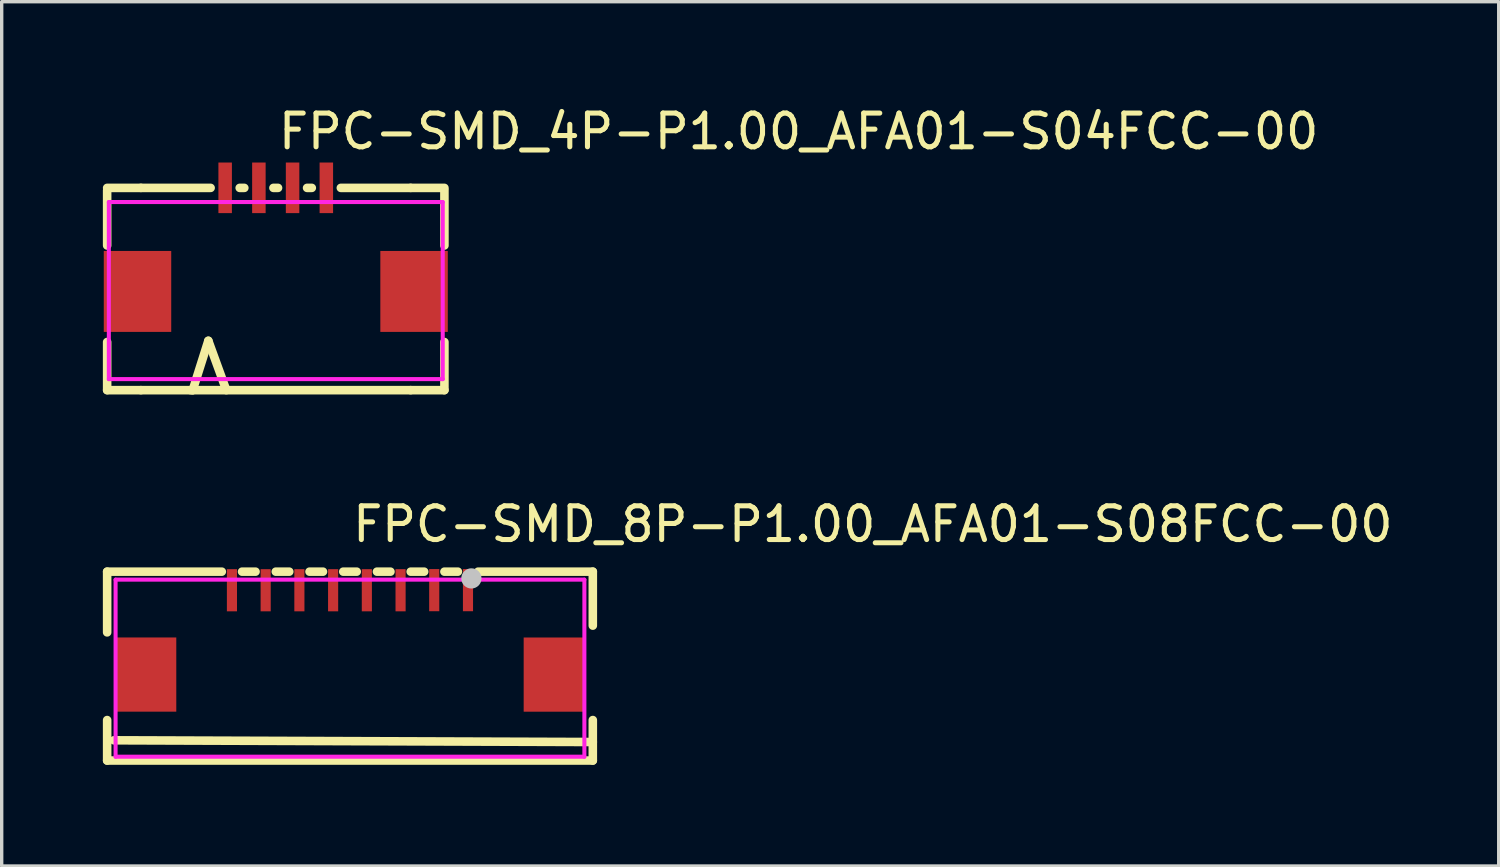
<source format=kicad_pcb>
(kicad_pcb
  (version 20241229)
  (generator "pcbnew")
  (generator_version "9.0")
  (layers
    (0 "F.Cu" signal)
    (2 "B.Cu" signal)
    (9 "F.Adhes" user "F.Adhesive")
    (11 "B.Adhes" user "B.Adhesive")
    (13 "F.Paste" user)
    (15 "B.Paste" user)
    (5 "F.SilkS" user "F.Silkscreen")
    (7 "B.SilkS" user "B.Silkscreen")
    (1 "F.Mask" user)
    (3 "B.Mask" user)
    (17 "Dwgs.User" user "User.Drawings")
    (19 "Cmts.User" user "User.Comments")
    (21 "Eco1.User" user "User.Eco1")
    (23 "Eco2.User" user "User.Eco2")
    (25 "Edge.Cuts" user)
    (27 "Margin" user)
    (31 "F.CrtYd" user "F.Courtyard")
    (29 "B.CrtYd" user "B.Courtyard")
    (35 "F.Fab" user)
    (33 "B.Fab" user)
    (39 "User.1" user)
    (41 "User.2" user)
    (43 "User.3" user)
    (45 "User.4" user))
  (footprint "FPC-SMD_4P-P1.00_AFA01-S04FCC-00"
    (layer "F.Cu")
    (at 5.127 4.055)
    (property "Reference" "FPC-SMD_4P-P1.00_AFA01-S04FCC-00" (at 0 -3.207 0) (layer "F.SilkS") (effects (font (size 1 1) (thickness 0.15)) (justify left)))
    (attr through_hole)
    (fp_line (start -5 -1.464) (end -5 0.174) (stroke (width 0.254) (type solid)) (layer "F.SilkS"))
    (fp_line (start -5 3.036) (end -5 4.463) (stroke (width 0.254) (type solid)) (layer "F.SilkS"))
    (fp_line (start -3.999 -1.534) (end -5 -1.534) (stroke (width 0.254) (type solid)) (layer "F.SilkS"))
    (fp_line (start -3.999 4.463) (end -5 4.463) (stroke (width 0.254) (type solid)) (layer "F.SilkS"))
    (fp_line (start -3.999 4.463) (end 3.999 4.463) (stroke (width 0.254) (type solid)) (layer "F.SilkS"))
    (fp_line (start -2.528 4.463) (end -2.463 4.463) (stroke (width 0.254) (type solid)) (layer "F.SilkS"))
    (fp_line (start -2.463 4.463) (end -2 3) (stroke (width 0.254) (type solid)) (layer "F.SilkS"))
    (fp_line (start -2 3) (end -1.467 4.463) (stroke (width 0.254) (type solid)) (layer "F.SilkS"))
    (fp_line (start -1.932 -1.534) (end -3.999 -1.534) (stroke (width 0.254) (type solid)) (layer "F.SilkS"))
    (fp_line (start -0.933 -1.534) (end -1.07 -1.534) (stroke (width 0.254) (type solid)) (layer "F.SilkS"))
    (fp_line (start 0.067 -1.534) (end -0.07 -1.534) (stroke (width 0.254) (type solid)) (layer "F.SilkS"))
    (fp_line (start 1.068 -1.534) (end 0.928 -1.534) (stroke (width 0.254) (type solid)) (layer "F.SilkS"))
    (fp_line (start 3.999 -1.534) (end 1.929 -1.534) (stroke (width 0.254) (type solid)) (layer "F.SilkS"))
    (fp_line (start 3.999 -1.534) (end 5 -1.534) (stroke (width 0.254) (type solid)) (layer "F.SilkS"))
    (fp_line (start 3.999 4.463) (end 5 4.463) (stroke (width 0.254) (type solid)) (layer "F.SilkS"))
    (fp_line (start 5 -1.464) (end 5 0.174) (stroke (width 0.254) (type solid)) (layer "F.SilkS"))
    (fp_line (start 5 3.036) (end 5 4.463) (stroke (width 0.254) (type solid)) (layer "F.SilkS"))
    (fp_circle (center -4.95 -1.814) (end -4.92 -1.814) (stroke (width 0.06) (type solid)) (fill no) (layer "Eco2.User"))
    (fp_poly (pts (xy -4.95 0.536) (xy -3.15 0.536) (xy -3.15 2.536) (xy -4.95 2.536)) (stroke (width 0.12) (type solid)) (fill no) (layer "Eco2.User"))
    (fp_poly (pts (xy -1.601 -1.064) (xy -1.601 -1.814) (xy -1.401 -1.814) (xy -1.401 -1.064)) (stroke (width 0.12) (type solid)) (fill no) (layer "Eco2.User"))
    (fp_poly (pts (xy -0.601 -1.064) (xy -0.601 -1.814) (xy -0.401 -1.814) (xy -0.401 -1.064)) (stroke (width 0.12) (type solid)) (fill no) (layer "Eco2.User"))
    (fp_poly (pts (xy 0.398 -1.064) (xy 0.398 -1.814) (xy 0.598 -1.814) (xy 0.598 -1.064)) (stroke (width 0.12) (type solid)) (fill no) (layer "Eco2.User"))
    (fp_poly (pts (xy 1.399 -1.064) (xy 1.399 -1.814) (xy 1.599 -1.814) (xy 1.599 -1.064)) (stroke (width 0.12) (type solid)) (fill no) (layer "Eco2.User"))
    (fp_poly (pts (xy 4.95 2.536) (xy 3.15 2.536) (xy 3.15 0.536) (xy 4.95 0.536)) (stroke (width 0.12) (type solid)) (fill no) (layer "Eco2.User"))
    (fp_line (start -4.95 -1.114) (end 4.95 -1.114) (stroke (width 0.12) (type solid)) (layer "F.CrtYd"))
    (fp_line (start -4.95 4.136) (end -4.95 -1.114) (stroke (width 0.12) (type solid)) (layer "F.CrtYd"))
    (fp_line (start 4.95 -1.114) (end 4.95 4.136) (stroke (width 0.12) (type solid)) (layer "F.CrtYd"))
    (fp_line (start 4.95 4.136) (end -4.95 4.136) (stroke (width 0.12) (type solid)) (layer "F.CrtYd"))
    (pad "1" smd rect (at -1.501 -1.536) (size 0.4 1.5) (layers "F.Cu" "F.Mask" "F.Paste"))
    (pad "2" smd rect (at -0.501 -1.536) (size 0.4 1.5) (layers "F.Cu" "F.Mask" "F.Paste"))
    (pad "3" smd rect (at 0.498 -1.536) (size 0.4 1.5) (layers "F.Cu" "F.Mask" "F.Paste"))
    (pad "4" smd rect (at 1.499 -1.536) (size 0.4 1.5) (layers "F.Cu" "F.Mask" "F.Paste"))
    (pad "5" smd rect (at -4.1 1.536) (size 2 2.4) (layers "F.Cu" "F.Mask" "F.Paste"))
    (pad "6" smd rect (at 4.1 1.536) (size 2 2.4) (layers "F.Cu" "F.Mask" "F.Paste")))
  (footprint "FPC-SMD_8P-P1.00_AFA01-S08FCC-00"
    (layer "F.Cu")
    (at 7.327 15.7)
    (property "Reference" "FPC-SMD_8P-P1.00_AFA01-S08FCC-00" (at 0 -3.207 0) (layer "F.SilkS") (effects (font (size 1 1) (thickness 0.15)) (justify left)))
    (attr through_hole)
    (fp_line (start -7.2 -1.8) (end -7.2 0) (stroke (width 0.254) (type solid)) (layer "F.SilkS"))
    (fp_line (start -7.2 3.8) (end -7.2 2.6) (stroke (width 0.254) (type solid)) (layer "F.SilkS"))
    (fp_line (start -7 3.2) (end 7.2 3.251) (stroke (width 0.254) (type solid)) (layer "F.SilkS"))
    (fp_line (start -3.8 -1.8) (end -7.2 -1.8) (stroke (width 0.254) (type solid)) (layer "F.SilkS"))
    (fp_line (start -3.2 -1.8) (end -2.8 -1.8) (stroke (width 0.254) (type solid)) (layer "F.SilkS"))
    (fp_line (start -2.2 -1.8) (end -1.8 -1.8) (stroke (width 0.254) (type solid)) (layer "F.SilkS"))
    (fp_line (start -1.2 -1.8) (end -0.8 -1.8) (stroke (width 0.254) (type solid)) (layer "F.SilkS"))
    (fp_line (start -0.2 -1.8) (end 0.2 -1.8) (stroke (width 0.254) (type solid)) (layer "F.SilkS"))
    (fp_line (start 0.8 -1.8) (end 1.2 -1.8) (stroke (width 0.254) (type solid)) (layer "F.SilkS"))
    (fp_line (start 1.8 -1.8) (end 2.2 -1.8) (stroke (width 0.254) (type solid)) (layer "F.SilkS"))
    (fp_line (start 2.8 -1.8) (end 3.2 -1.8) (stroke (width 0.254) (type solid)) (layer "F.SilkS"))
    (fp_line (start 3.8 -1.8) (end 7.2 -1.8) (stroke (width 0.254) (type solid)) (layer "F.SilkS"))
    (fp_line (start 7.2 -1.8) (end 7.2 -0.2) (stroke (width 0.254) (type solid)) (layer "F.SilkS"))
    (fp_line (start 7.2 2.6) (end 7.2 3.8) (stroke (width 0.254) (type solid)) (layer "F.SilkS"))
    (fp_line (start 7.2 3.8) (end -7.2 3.8) (stroke (width 0.254) (type solid)) (layer "F.SilkS"))
    (fp_circle (center 3.6 -1.6) (end 3.75 -1.6) (stroke (width 0.3) (type solid)) (fill no) (layer "Dwgs.User"))
    (fp_circle (center 6.95 -1.752) (end 6.98 -1.752) (stroke (width 0.06) (type solid)) (fill no) (layer "Eco2.User"))
    (fp_poly (pts (xy -5.3 0.251) (xy -5.3 2.251) (xy -6.8 2.251) (xy -6.8 0.251)) (stroke (width 0.12) (type solid)) (fill no) (layer "Eco2.User"))
    (fp_poly (pts (xy -3.6 -1.749) (xy -3.4 -1.749) (xy -3.4 -0.749) (xy -3.6 -0.749)) (stroke (width 0.12) (type solid)) (fill no) (layer "Eco2.User"))
    (fp_poly (pts (xy -2.6 -1.749) (xy -2.4 -1.749) (xy -2.4 -0.749) (xy -2.6 -0.749)) (stroke (width 0.12) (type solid)) (fill no) (layer "Eco2.User"))
    (fp_poly (pts (xy -1.6 -1.749) (xy -1.4 -1.749) (xy -1.4 -0.749) (xy -1.6 -0.749)) (stroke (width 0.12) (type solid)) (fill no) (layer "Eco2.User"))
    (fp_poly (pts (xy -0.6 -1.749) (xy -0.4 -1.749) (xy -0.4 -0.749) (xy -0.6 -0.749)) (stroke (width 0.12) (type solid)) (fill no) (layer "Eco2.User"))
    (fp_poly (pts (xy 0.4 -1.749) (xy 0.6 -1.749) (xy 0.6 -0.749) (xy 0.4 -0.749)) (stroke (width 0.12) (type solid)) (fill no) (layer "Eco2.User"))
    (fp_poly (pts (xy 1.4 -1.749) (xy 1.6 -1.749) (xy 1.6 -0.749) (xy 1.4 -0.749)) (stroke (width 0.12) (type solid)) (fill no) (layer "Eco2.User"))
    (fp_poly (pts (xy 2.398 -1.752) (xy 2.598 -1.752) (xy 2.598 -0.752) (xy 2.398 -0.752)) (stroke (width 0.12) (type solid)) (fill no) (layer "Eco2.User"))
    (fp_poly (pts (xy 3.399 -1.752) (xy 3.599 -1.752) (xy 3.599 -0.752) (xy 3.399 -0.752)) (stroke (width 0.12) (type solid)) (fill no) (layer "Eco2.User"))
    (fp_poly (pts (xy 6.8 0.252) (xy 6.8 2.252) (xy 5.3 2.252) (xy 5.3 0.252)) (stroke (width 0.12) (type solid)) (fill no) (layer "Eco2.User"))
    (fp_line (start -6.95 -1.563) (end 6.95 -1.563) (stroke (width 0.12) (type solid)) (layer "F.CrtYd"))
    (fp_line (start -6.95 3.687) (end -6.95 -1.563) (stroke (width 0.12) (type solid)) (layer "F.CrtYd"))
    (fp_line (start 6.95 -1.563) (end 6.95 3.687) (stroke (width 0.12) (type solid)) (layer "F.CrtYd"))
    (fp_line (start 6.95 3.687) (end -6.95 3.687) (stroke (width 0.12) (type solid)) (layer "F.CrtYd"))
    (pad "1" smd rect (at 3.499 -1.252) (size 0.3 1.25) (layers "F.Cu" "F.Mask" "F.Paste"))
    (pad "2" smd rect (at 2.498 -1.252) (size 0.3 1.25) (layers "F.Cu" "F.Mask" "F.Paste"))
    (pad "3" smd rect (at 1.5 -1.249) (size 0.3 1.25) (layers "F.Cu" "F.Mask" "F.Paste"))
    (pad "4" smd rect (at 0.5 -1.249) (size 0.3 1.25) (layers "F.Cu" "F.Mask" "F.Paste"))
    (pad "5" smd rect (at -0.5 -1.249) (size 0.3 1.25) (layers "F.Cu" "F.Mask" "F.Paste"))
    (pad "6" smd rect (at -1.5 -1.249) (size 0.3 1.25) (layers "F.Cu" "F.Mask" "F.Paste"))
    (pad "7" smd rect (at -2.5 -1.249) (size 0.3 1.25) (layers "F.Cu" "F.Mask" "F.Paste"))
    (pad "8" smd rect (at -3.5 -1.249) (size 0.3 1.25) (layers "F.Cu" "F.Mask" "F.Paste"))
    (pad "9" smd rect (at 6.05 1.252 90) (size 2.2 1.8) (layers "F.Cu" "F.Mask" "F.Paste"))
    (pad "10" smd rect (at -6.05 1.251 90) (size 2.2 1.8) (layers "F.Cu" "F.Mask" "F.Paste")))
  (gr_rect
    (start -3 -3)
    (end 41.387 22.628)
    (stroke (width 0.1) (type default))
    (fill no)
    (layer "Edge.Cuts")))
</source>
